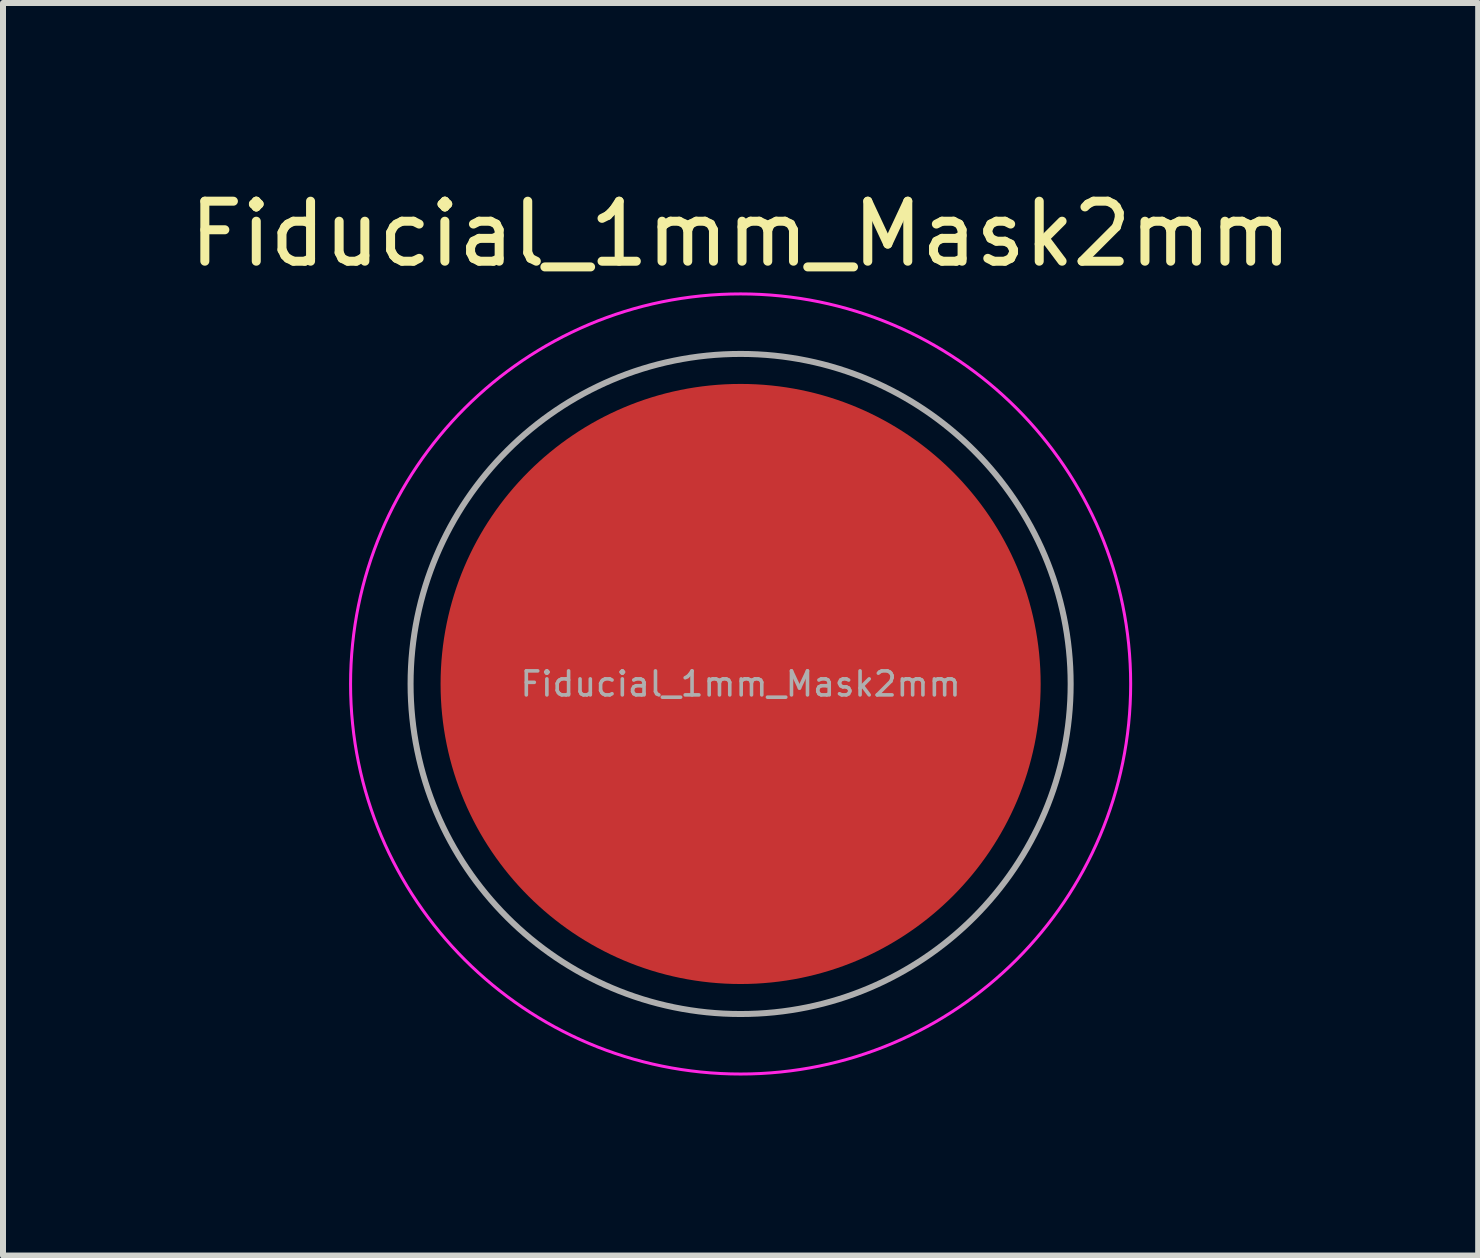
<source format=kicad_pcb>
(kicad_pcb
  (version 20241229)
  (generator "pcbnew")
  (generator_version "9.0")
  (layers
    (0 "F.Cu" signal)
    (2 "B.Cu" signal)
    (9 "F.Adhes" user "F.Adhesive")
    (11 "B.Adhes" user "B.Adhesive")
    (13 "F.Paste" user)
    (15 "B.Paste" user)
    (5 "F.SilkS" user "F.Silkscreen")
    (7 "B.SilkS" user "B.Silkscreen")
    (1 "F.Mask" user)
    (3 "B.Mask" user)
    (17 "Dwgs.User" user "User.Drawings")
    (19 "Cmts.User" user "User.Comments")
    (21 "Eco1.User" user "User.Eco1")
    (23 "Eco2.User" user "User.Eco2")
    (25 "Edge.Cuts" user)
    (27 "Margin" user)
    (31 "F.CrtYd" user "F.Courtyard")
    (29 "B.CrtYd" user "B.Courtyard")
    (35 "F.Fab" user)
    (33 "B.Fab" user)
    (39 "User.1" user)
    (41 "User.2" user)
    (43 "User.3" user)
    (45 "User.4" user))
  (footprint "Fiducial_1mm_Mask2mm"
    (layer "F.Cu")
    (at 9.292 8.348)
    (property "Reference" "Fiducial_1mm_Mask2mm" (at 0 -7.5 0) (layer "F.SilkS") (effects (font (size 1 1) (thickness 0.15))))
    (attr smd)
    (fp_circle (center 0 0) (end 6.5 0) (stroke (width 0.05) (type solid)) (fill no) (layer "F.CrtYd"))
    (fp_circle (center 0 0) (end 5.5 0) (stroke (width 0.1) (type solid)) (fill no) (layer "F.Fab"))
    (fp_text user "${REFERENCE}" (at 0 0 0) (layer "F.Fab") (effects (font (size 0.4 0.4) (thickness 0.06))))
    (pad "" smd circle (at 0 0) (size 10 10) (layers "F.Cu" "F.Mask")))
  (gr_rect
    (start -3 -3)
    (end 21.583 17.873)
    (stroke (width 0.1) (type default))
    (fill no)
    (layer "Edge.Cuts")))
</source>
